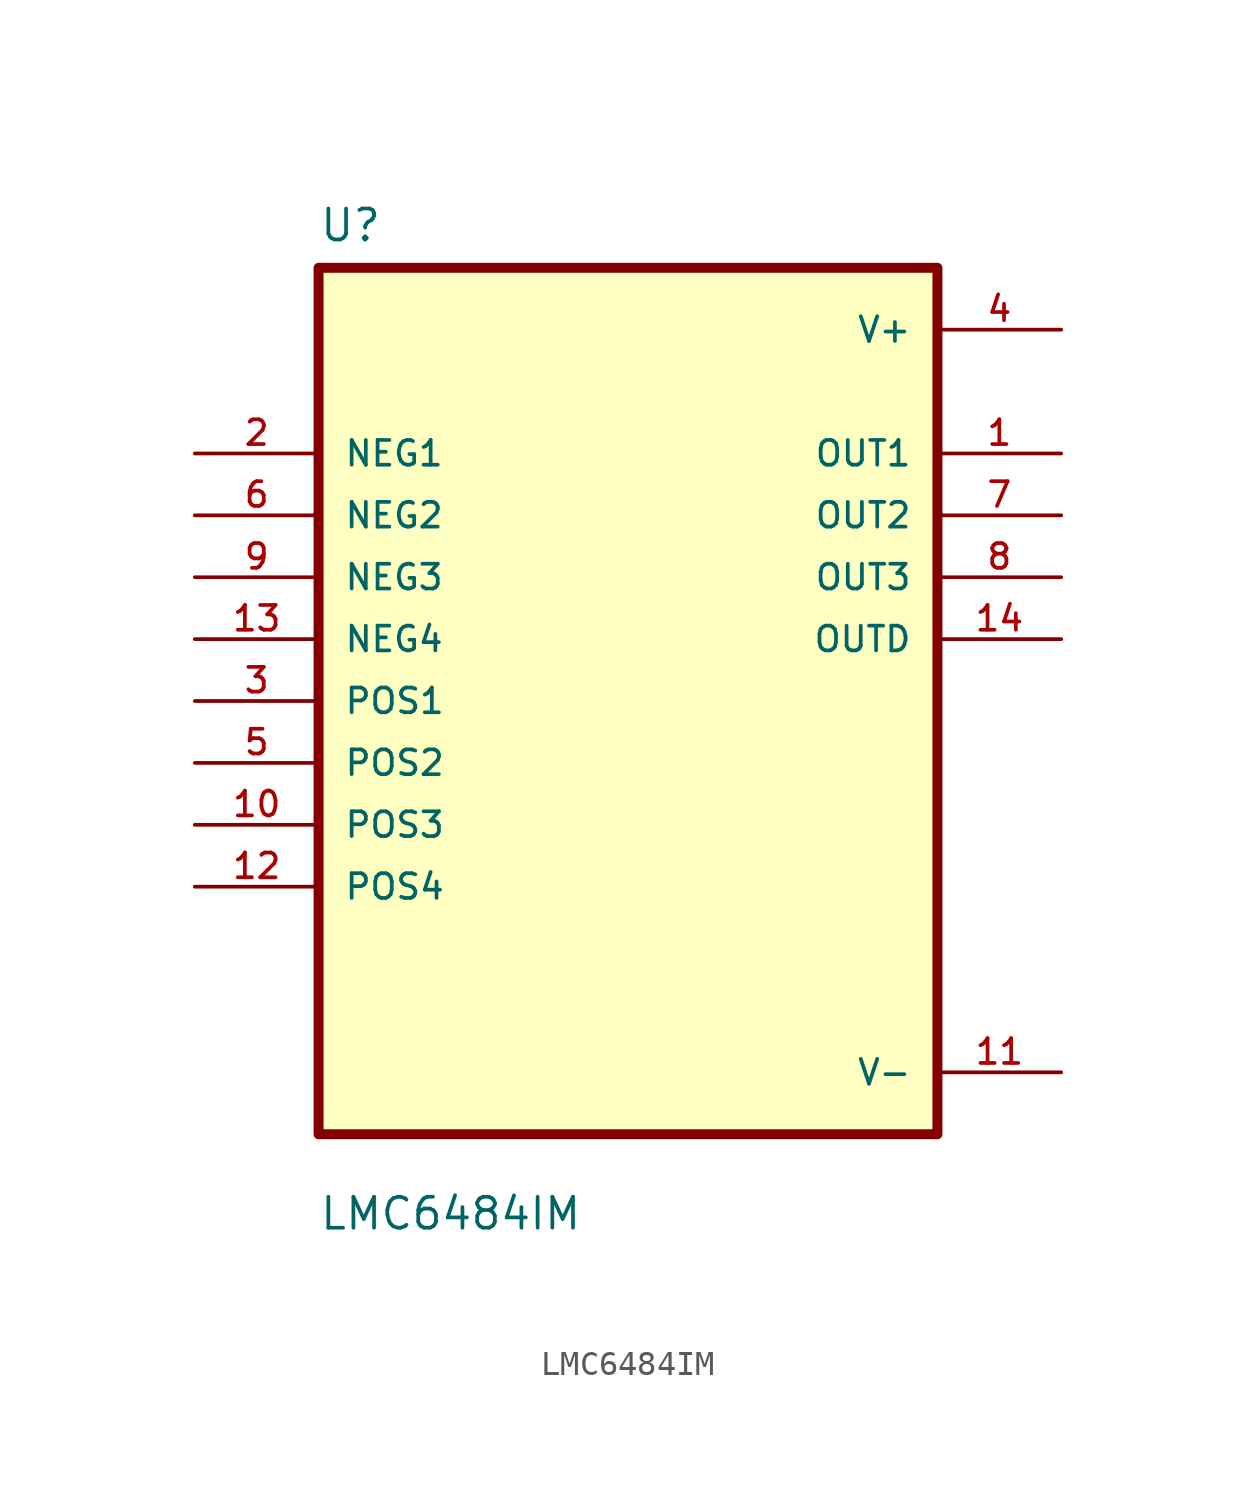
<source format=kicad_sym>
(kicad_symbol_lib
  (version 20211014)
  (generator kicad_symbol_editor)
  (symbol "LMC6484IM"
    (pin_names
      (offset 1.016))
    (property "Reference" "U"
      (at -12.7 18.78 0.0)
      (effects (font (size 1.27 1.27)) (justify bottom left)))
    (property "Value" "LMC6484IM"
      (at -12.7 -21.78 0.0)
      (effects (font (size 1.27 1.27)) (justify bottom left)))
    (symbol "LMC6484IM_0_0"
      (rectangle (start -12.7 -17.78) (end 12.7 17.78) (stroke (width 0.41)) (fill (type background)))
      (pin input line (at -17.78 10.16 0) (length 5.08) (name "NEG1" (effects (font (size 1.016 1.016)))) (number "2" (effects (font (size 1.016 1.016)))))
      (pin input line (at -17.78 7.62 0) (length 5.08) (name "NEG2" (effects (font (size 1.016 1.016)))) (number "6" (effects (font (size 1.016 1.016)))))
      (pin input line (at -17.78 5.08 0) (length 5.08) (name "NEG3" (effects (font (size 1.016 1.016)))) (number "9" (effects (font (size 1.016 1.016)))))
      (pin input line (at -17.78 2.54 0) (length 5.08) (name "NEG4" (effects (font (size 1.016 1.016)))) (number "13" (effects (font (size 1.016 1.016)))))
      (pin input line (at -17.78 0.0 0) (length 5.08) (name "POS1" (effects (font (size 1.016 1.016)))) (number "3" (effects (font (size 1.016 1.016)))))
      (pin input line (at -17.78 -2.54 0) (length 5.08) (name "POS2" (effects (font (size 1.016 1.016)))) (number "5" (effects (font (size 1.016 1.016)))))
      (pin input line (at -17.78 -5.08 0) (length 5.08) (name "POS3" (effects (font (size 1.016 1.016)))) (number "10" (effects (font (size 1.016 1.016)))))
      (pin input line (at -17.78 -7.62 0) (length 5.08) (name "POS4" (effects (font (size 1.016 1.016)))) (number "12" (effects (font (size 1.016 1.016)))))
      (pin power_in line (at 17.78 15.24 180.0) (length 5.08) (name "V+" (effects (font (size 1.016 1.016)))) (number "4" (effects (font (size 1.016 1.016)))))
      (pin output line (at 17.78 10.16 180.0) (length 5.08) (name "OUT1" (effects (font (size 1.016 1.016)))) (number "1" (effects (font (size 1.016 1.016)))))
      (pin output line (at 17.78 7.62 180.0) (length 5.08) (name "OUT2" (effects (font (size 1.016 1.016)))) (number "7" (effects (font (size 1.016 1.016)))))
      (pin output line (at 17.78 5.08 180.0) (length 5.08) (name "OUT3" (effects (font (size 1.016 1.016)))) (number "8" (effects (font (size 1.016 1.016)))))
      (pin output line (at 17.78 2.54 180.0) (length 5.08) (name "OUTD" (effects (font (size 1.016 1.016)))) (number "14" (effects (font (size 1.016 1.016)))))
      (pin power_in line (at 17.78 -15.24 180.0) (length 5.08) (name "V-" (effects (font (size 1.016 1.016)))) (number "11" (effects (font (size 1.016 1.016))))))))
</source>
